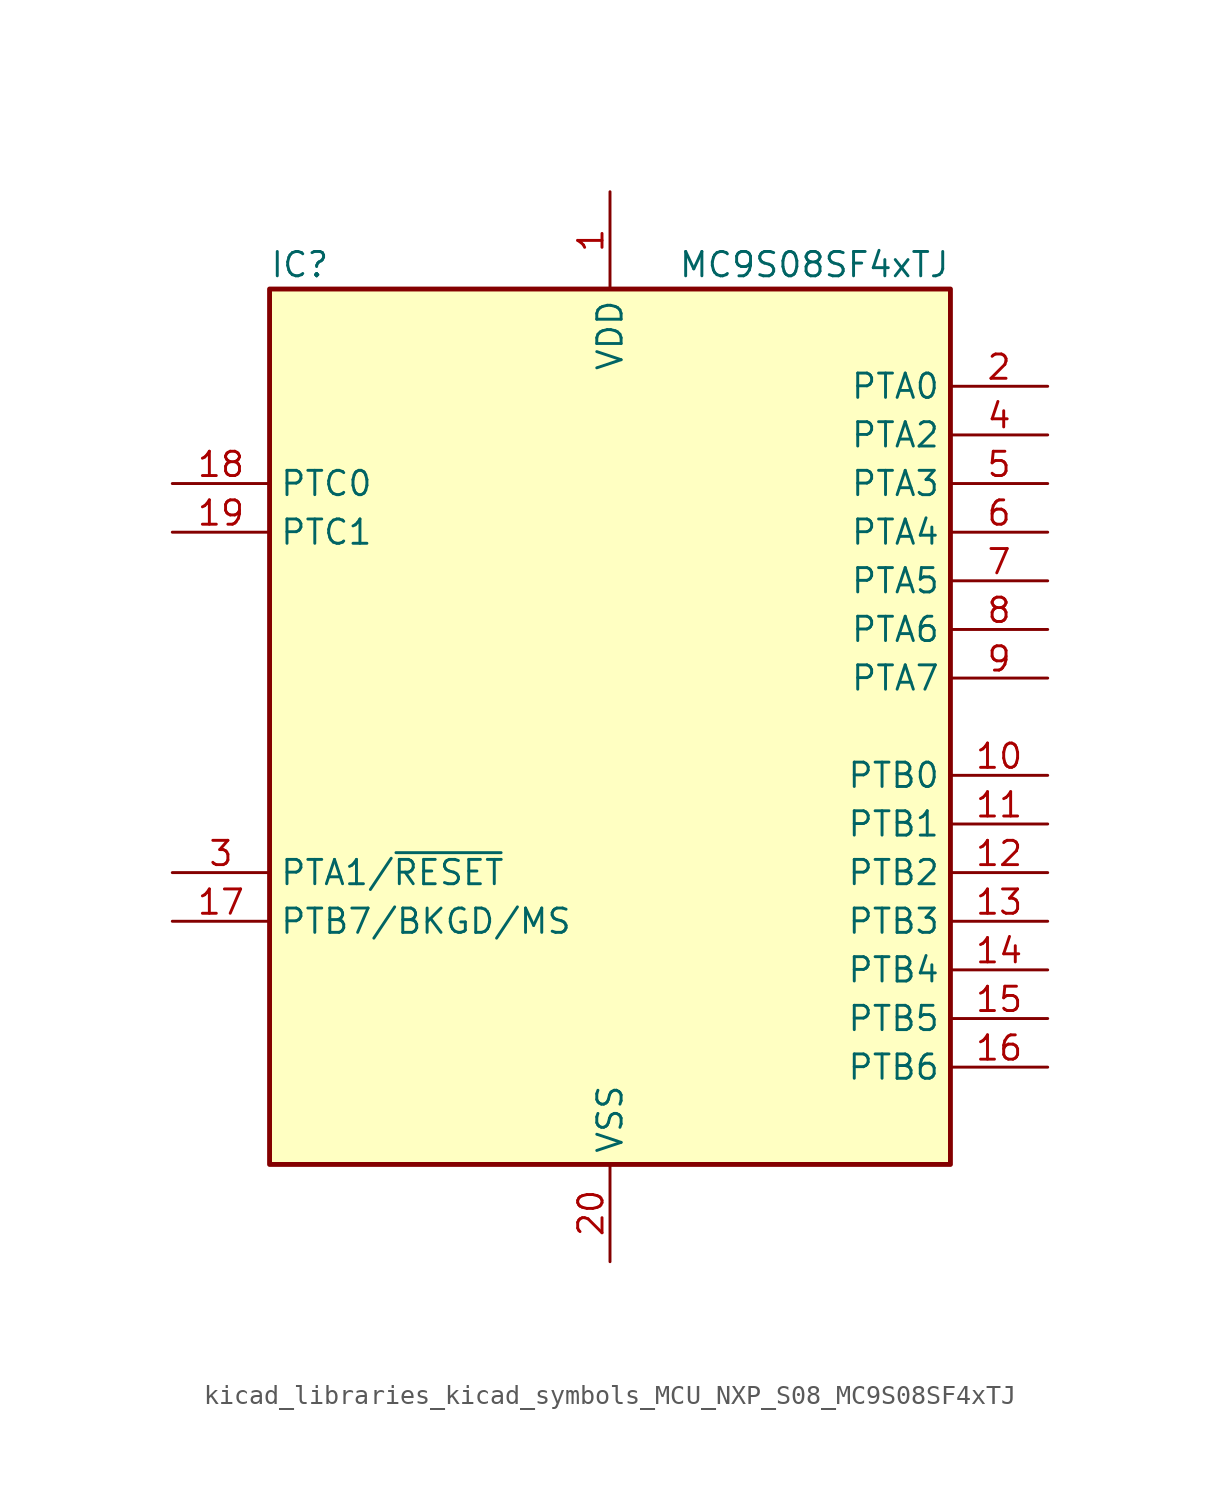
<source format=kicad_sym>
(kicad_symbol_lib
  (version 20220914)
  (generator kicad_symbol_editor)
  (symbol "kicad_libraries_kicad_symbols_MCU_NXP_S08_MC9S08SF4xTJ"
    (property "Reference" "IC"
      (at -17.78 24.13 0)
      (effects (font (size 1.27 1.27)) (justify left)))
    (property "Value" "MC9S08SF4xTJ"
      (at 17.78 24.13 0)
      (effects (font (size 1.27 1.27)) (justify right)))
    (symbol "kicad_libraries_kicad_symbols_MCU_NXP_S08_MC9S08SF4xTJ_0_1"
      (rectangle (start -17.78 22.86) (end 17.78 -22.86) (stroke (width 0.254) (type default)) (fill (type background))))
    (symbol "kicad_libraries_kicad_symbols_MCU_NXP_S08_MC9S08SF4xTJ_1_1"
      (pin power_in line (at 0 27.94 270) (length 5.08) (name "VDD" (effects (font (size 1.27 1.27)))) (number "1" (effects (font (size 1.27 1.27)))))
      (pin bidirectional line (at 22.86 -2.54 180) (length 5.08) (name "PTB0" (effects (font (size 1.27 1.27)))) (number "10" (effects (font (size 1.27 1.27)))))
      (pin bidirectional line (at 22.86 -5.08 180) (length 5.08) (name "PTB1" (effects (font (size 1.27 1.27)))) (number "11" (effects (font (size 1.27 1.27)))))
      (pin bidirectional line (at 22.86 -7.62 180) (length 5.08) (name "PTB2" (effects (font (size 1.27 1.27)))) (number "12" (effects (font (size 1.27 1.27)))))
      (pin bidirectional line (at 22.86 -10.16 180) (length 5.08) (name "PTB3" (effects (font (size 1.27 1.27)))) (number "13" (effects (font (size 1.27 1.27)))))
      (pin bidirectional line (at 22.86 -12.7 180) (length 5.08) (name "PTB4" (effects (font (size 1.27 1.27)))) (number "14" (effects (font (size 1.27 1.27)))))
      (pin bidirectional line (at 22.86 -15.24 180) (length 5.08) (name "PTB5" (effects (font (size 1.27 1.27)))) (number "15" (effects (font (size 1.27 1.27)))))
      (pin bidirectional line (at 22.86 -17.78 180) (length 5.08) (name "PTB6" (effects (font (size 1.27 1.27)))) (number "16" (effects (font (size 1.27 1.27)))))
      (pin bidirectional line (at -22.86 -10.16 0) (length 5.08) (name "PTB7/BKGD/MS" (effects (font (size 1.27 1.27)))) (number "17" (effects (font (size 1.27 1.27)))))
      (pin bidirectional line (at -22.86 12.7 0) (length 5.08) (name "PTC0" (effects (font (size 1.27 1.27)))) (number "18" (effects (font (size 1.27 1.27)))))
      (pin bidirectional line (at -22.86 10.16 0) (length 5.08) (name "PTC1" (effects (font (size 1.27 1.27)))) (number "19" (effects (font (size 1.27 1.27)))))
      (pin bidirectional line (at 22.86 17.78 180) (length 5.08) (name "PTA0" (effects (font (size 1.27 1.27)))) (number "2" (effects (font (size 1.27 1.27)))))
      (pin power_in line (at 0 -27.94 90) (length 5.08) (name "VSS" (effects (font (size 1.27 1.27)))) (number "20" (effects (font (size 1.27 1.27)))))
      (pin bidirectional line (at -22.86 -7.62 0) (length 5.08) (name "PTA1/~{RESET}" (effects (font (size 1.27 1.27)))) (number "3" (effects (font (size 1.27 1.27)))))
      (pin bidirectional line (at 22.86 15.24 180) (length 5.08) (name "PTA2" (effects (font (size 1.27 1.27)))) (number "4" (effects (font (size 1.27 1.27)))))
      (pin bidirectional line (at 22.86 12.7 180) (length 5.08) (name "PTA3" (effects (font (size 1.27 1.27)))) (number "5" (effects (font (size 1.27 1.27)))))
      (pin bidirectional line (at 22.86 10.16 180) (length 5.08) (name "PTA4" (effects (font (size 1.27 1.27)))) (number "6" (effects (font (size 1.27 1.27)))))
      (pin bidirectional line (at 22.86 7.62 180) (length 5.08) (name "PTA5" (effects (font (size 1.27 1.27)))) (number "7" (effects (font (size 1.27 1.27)))))
      (pin bidirectional line (at 22.86 5.08 180) (length 5.08) (name "PTA6" (effects (font (size 1.27 1.27)))) (number "8" (effects (font (size 1.27 1.27)))))
      (pin bidirectional line (at 22.86 2.54 180) (length 5.08) (name "PTA7" (effects (font (size 1.27 1.27)))) (number "9" (effects (font (size 1.27 1.27))))))))
</source>
